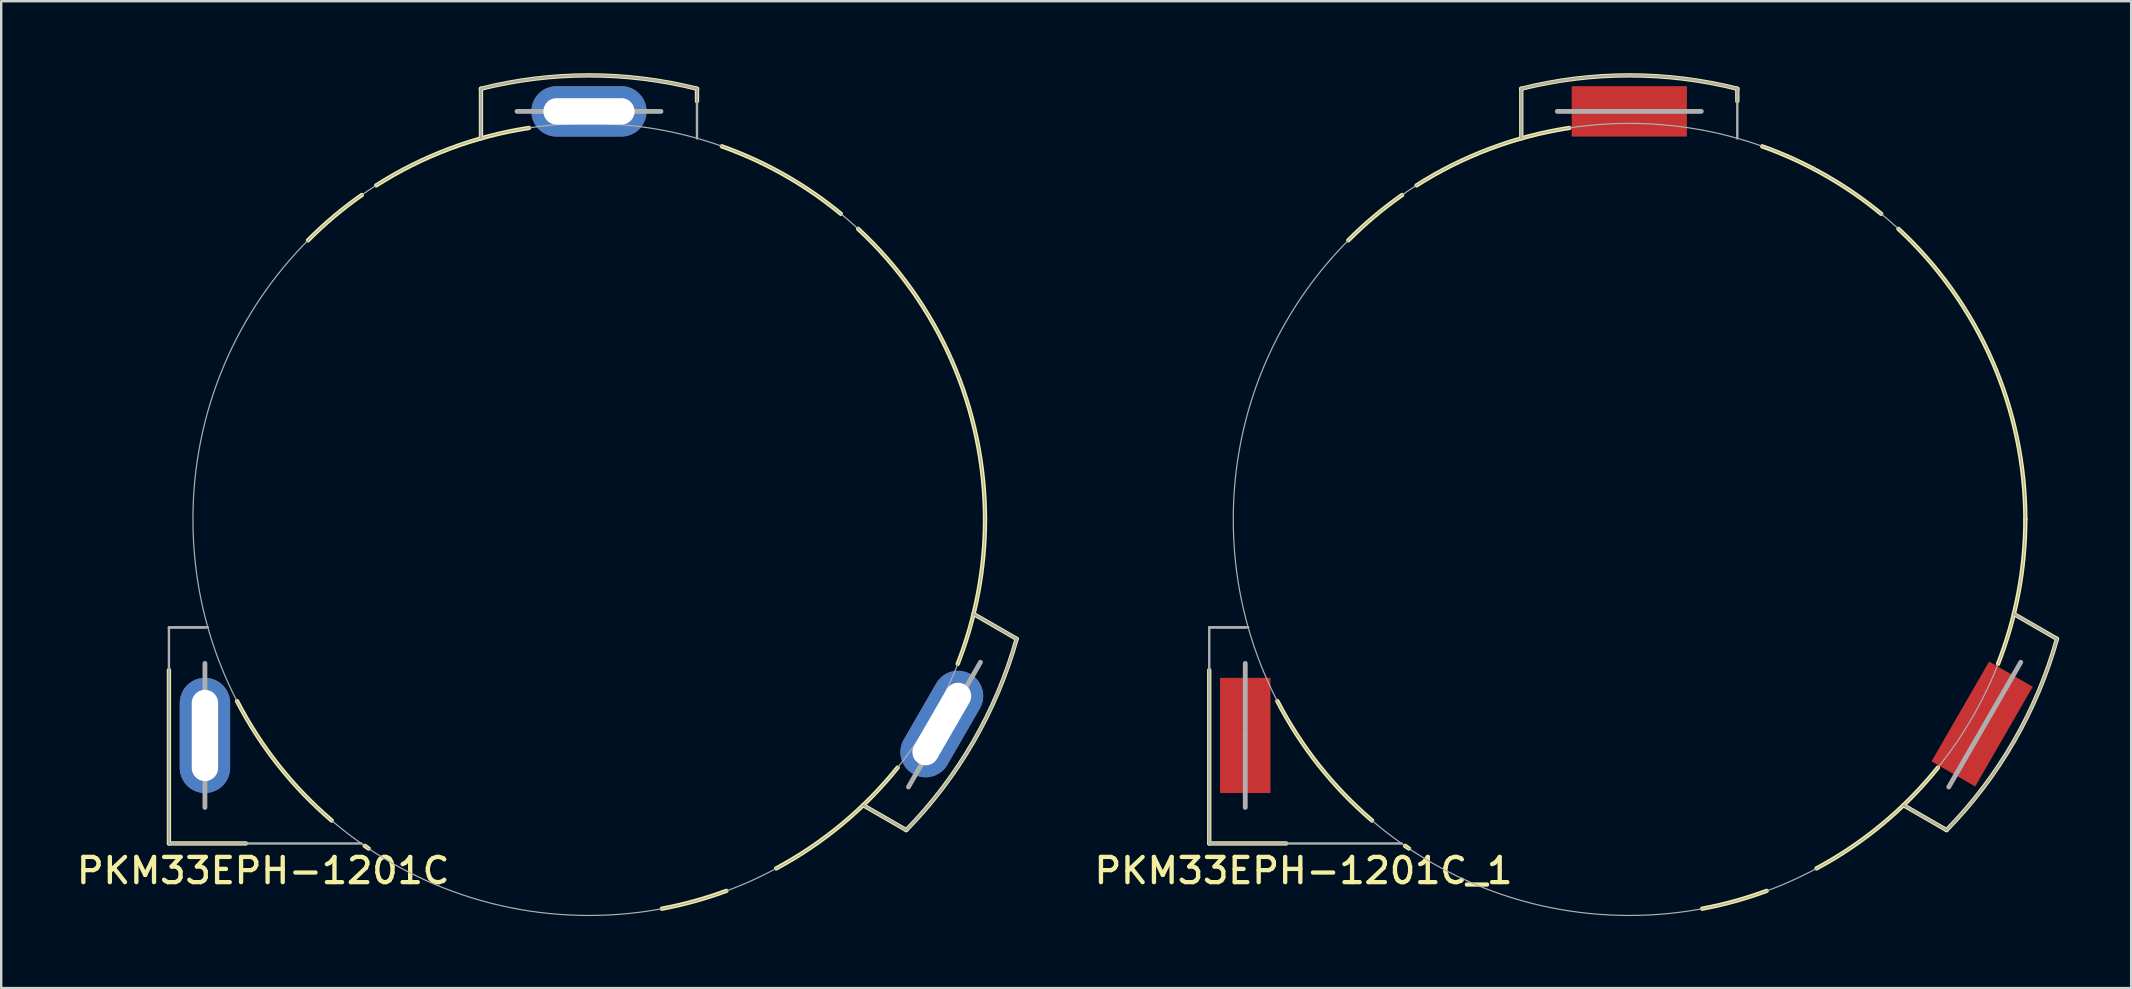
<source format=kicad_pcb>
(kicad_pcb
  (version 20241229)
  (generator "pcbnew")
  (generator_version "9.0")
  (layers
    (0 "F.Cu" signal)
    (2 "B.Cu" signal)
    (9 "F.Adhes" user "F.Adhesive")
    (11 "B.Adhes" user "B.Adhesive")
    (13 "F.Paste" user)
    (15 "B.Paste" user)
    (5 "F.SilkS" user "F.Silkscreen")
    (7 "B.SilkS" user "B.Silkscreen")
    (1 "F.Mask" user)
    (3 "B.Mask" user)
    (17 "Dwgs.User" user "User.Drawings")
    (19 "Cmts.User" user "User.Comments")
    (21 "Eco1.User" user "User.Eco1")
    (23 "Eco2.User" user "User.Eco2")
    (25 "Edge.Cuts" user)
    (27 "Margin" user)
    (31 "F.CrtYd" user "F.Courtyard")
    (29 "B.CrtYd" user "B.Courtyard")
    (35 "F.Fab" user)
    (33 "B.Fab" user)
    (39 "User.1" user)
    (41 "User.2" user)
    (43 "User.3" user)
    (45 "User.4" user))
  (footprint "PKM33EPH-1201C"
    (layer "F.Cu")
    (at 21.488 18.59)
    (property "Reference" "PKM33EPH-1201C" (at -13.574 14.635 0) (unlocked yes) (layer "F.SilkS") (effects (font (size 1.05 1.104) (thickness 0.18))))
    (attr through_hole)
    (fp_line (start -16 10.35) (end -16 7.65) (stroke (width 2.3) (type solid)) (layer "B.Mask"))
    (fp_line (start -1.35 -17) (end 1.35 -17) (stroke (width 2.3) (type solid)) (layer "B.Mask"))
    (fp_line (start 14.025 9.694) (end 15.375 7.356) (stroke (width 2.3) (type solid)) (layer "B.Mask"))
    (fp_line (start -17.5 13.5) (end -17.5 6.278) (stroke (width 0.18) (type solid)) (layer "F.SilkS"))
    (fp_line (start -17.5 13.5) (end -14.289 13.5) (stroke (width 0.18) (type solid)) (layer "F.SilkS"))
    (fp_line (start -4.5 -15.875) (end -4.5 -17.944) (stroke (width 0.18) (type solid)) (layer "F.SilkS"))
    (fp_line (start 4.5 -17.425) (end 4.5 -17.944) (stroke (width 0.18) (type solid)) (layer "F.SilkS"))
    (fp_line (start 11.423 11.907) (end 13.218 12.943) (stroke (width 0.18) (type solid)) (layer "F.SilkS"))
    (fp_line (start 16.023 3.939) (end 17.818 4.976) (stroke (width 0.18) (type solid)) (layer "F.SilkS"))
    (fp_arc (start -11.707917 -11.626465) (mid -10.62804 -12.621204) (end -9.464011 -13.516009) (stroke (width 0.18) (type solid)) (layer "F.SilkS"))
    (fp_arc (start -10.715902 12.546699) (mid -12.930952 10.248939) (end -14.662194 7.567718) (stroke (width 0.18) (type solid)) (layer "F.SilkS"))
    (fp_arc (start -9.178878 13.711244) (mid -9.262463 13.654918) (end -9.345703 13.598082) (stroke (width 0.18) (type solid)) (layer "F.SilkS"))
    (fp_arc (start -8.865444 -13.915959) (mid -5.805388 -15.444983) (end -2.495804 -16.310149) (stroke (width 0.18) (type solid)) (layer "F.SilkS"))
    (fp_arc (start -4.50689 -17.942631) (mid 0 -18.5) (end 4.50689 -17.942631) (stroke (width 0.18) (type solid)) (layer "F.SilkS"))
    (fp_arc (start 5.534951 -15.543948) (mid 8.137518 -14.353773) (end 10.495291 -12.731806) (stroke (width 0.18) (type solid)) (layer "F.SilkS"))
    (fp_arc (start 5.724438 15.475167) (mid 4.395556 15.903744) (end 3.035197 16.218433) (stroke (width 0.18) (type solid)) (layer "F.SilkS"))
    (fp_arc (start 11.210782 -12.106543) (mid 15.119986 -6.605759) (end 16.5 0) (stroke (width 0.18) (type solid)) (layer "F.SilkS"))
    (fp_arc (start 12.859077 10.338953) (mid 10.53967 12.695083) (end 7.797088 14.541497) (stroke (width 0.18) (type solid)) (layer "F.SilkS"))
    (fp_arc (start 16.5 0) (mid 16.213111 3.063499) (end 15.362421 6.020467) (stroke (width 0.18) (type solid)) (layer "F.SilkS"))
    (fp_arc (start 17.81852 4.974978) (mid 16.021464 9.250005) (end 13.21771 12.943815) (stroke (width 0.18) (type solid)) (layer "F.SilkS"))
    (fp_line (start -17.5 4.5) (end -16 4.5) (stroke (width 0.1) (type solid)) (layer "F.Fab"))
    (fp_line (start -17.5 4.5) (end -15.875 4.5) (stroke (width 0.1) (type solid)) (layer "F.Fab"))
    (fp_line (start -17.5 13.5) (end -17.5 4.5) (stroke (width 0.1) (type solid)) (layer "F.Fab"))
    (fp_line (start -17.5 13.5) (end -9.487 13.5) (stroke (width 0.1) (type solid)) (layer "F.Fab"))
    (fp_line (start -16 9) (end -16 6) (stroke (width 0.2) (type solid)) (layer "F.Fab"))
    (fp_line (start -16 12) (end -16 9) (stroke (width 0.2) (type solid)) (layer "F.Fab"))
    (fp_line (start -4.5 -15.875) (end -4.5 -17.944) (stroke (width 0.1) (type solid)) (layer "F.Fab"))
    (fp_line (start -3 -17) (end 0 -17) (stroke (width 0.2) (type solid)) (layer "F.Fab"))
    (fp_line (start 0 -17) (end 3 -17) (stroke (width 0.2) (type solid)) (layer "F.Fab"))
    (fp_line (start 4.5 -15.875) (end 4.5 -17.944) (stroke (width 0.1) (type solid)) (layer "F.Fab"))
    (fp_line (start 11.423 11.907) (end 13.218 12.943) (stroke (width 0.1) (type solid)) (layer "F.Fab"))
    (fp_line (start 13.309 11.148) (end 16.309 5.952) (stroke (width 0.2) (type solid)) (layer "F.Fab"))
    (fp_line (start 16.023 3.939) (end 17.818 4.976) (stroke (width 0.1) (type solid)) (layer "F.Fab"))
    (fp_arc (start -4.50689 -17.942631) (mid 0 -18.5) (end 4.50689 -17.942631) (stroke (width 0.1) (type solid)) (layer "F.Fab"))
    (fp_arc (start 17.81852 4.974978) (mid 16.021464 9.250005) (end 13.21771 12.943815) (stroke (width 0.1) (type solid)) (layer "F.Fab"))
    (fp_circle (center 0 0) (end 16.5 0) (stroke (width 0.05) (type solid)) (fill no) (layer "F.Fab"))
    (pad "1" thru_hole oval (at -16 9) (size 2.1 4.8) (drill oval 1.1 3.8) (layers "*.Cu" "*.Mask"))
    (pad "2" thru_hole oval (at 14.7 8.525 150) (size 2.1 4.8) (drill oval 1.1 3.8) (layers "*.Cu" "*.Mask"))
    (pad "3" thru_hole oval (at 0 -17 90) (size 2.1 4.8) (drill oval 1.1 3.8) (layers "*.Cu" "*.Mask")))
  (footprint "PKM33EPH-1201C_1"
    (layer "F.Cu")
    (at 64.83 18.59)
    (property "Reference" "PKM33EPH-1201C_1" (at -13.574 14.635 0) (unlocked yes) (layer "F.SilkS") (effects (font (size 1.05 1.104) (thickness 0.18))))
    (attr smd)
    (fp_line (start -16 10.35) (end -16 7.65) (stroke (width 2.3) (type solid)) (layer "B.Mask"))
    (fp_line (start -1.35 -17) (end 1.35 -17) (stroke (width 2.3) (type solid)) (layer "B.Mask"))
    (fp_line (start 14.025 9.694) (end 15.375 7.356) (stroke (width 2.3) (type solid)) (layer "B.Mask"))
    (fp_line (start -17.5 13.5) (end -17.5 6.278) (stroke (width 0.18) (type solid)) (layer "F.SilkS"))
    (fp_line (start -17.5 13.5) (end -14.289 13.5) (stroke (width 0.18) (type solid)) (layer "F.SilkS"))
    (fp_line (start -4.5 -15.875) (end -4.5 -17.944) (stroke (width 0.18) (type solid)) (layer "F.SilkS"))
    (fp_line (start 4.5 -17.425) (end 4.5 -17.944) (stroke (width 0.18) (type solid)) (layer "F.SilkS"))
    (fp_line (start 11.423 11.907) (end 13.218 12.943) (stroke (width 0.18) (type solid)) (layer "F.SilkS"))
    (fp_line (start 16.023 3.939) (end 17.818 4.976) (stroke (width 0.18) (type solid)) (layer "F.SilkS"))
    (fp_arc (start -11.707917 -11.626465) (mid -10.62804 -12.621204) (end -9.464011 -13.516009) (stroke (width 0.18) (type solid)) (layer "F.SilkS"))
    (fp_arc (start -10.715902 12.546699) (mid -12.930952 10.248939) (end -14.662194 7.567718) (stroke (width 0.18) (type solid)) (layer "F.SilkS"))
    (fp_arc (start -9.178878 13.711244) (mid -9.262463 13.654918) (end -9.345703 13.598082) (stroke (width 0.18) (type solid)) (layer "F.SilkS"))
    (fp_arc (start -8.865444 -13.915959) (mid -5.805388 -15.444983) (end -2.495804 -16.310149) (stroke (width 0.18) (type solid)) (layer "F.SilkS"))
    (fp_arc (start -4.50689 -17.942631) (mid 0 -18.5) (end 4.50689 -17.942631) (stroke (width 0.18) (type solid)) (layer "F.SilkS"))
    (fp_arc (start 5.534951 -15.543948) (mid 8.137518 -14.353773) (end 10.495291 -12.731806) (stroke (width 0.18) (type solid)) (layer "F.SilkS"))
    (fp_arc (start 5.724438 15.475167) (mid 4.395556 15.903744) (end 3.035197 16.218433) (stroke (width 0.18) (type solid)) (layer "F.SilkS"))
    (fp_arc (start 11.210782 -12.106543) (mid 15.119986 -6.605759) (end 16.5 0) (stroke (width 0.18) (type solid)) (layer "F.SilkS"))
    (fp_arc (start 12.859077 10.338953) (mid 10.53967 12.695083) (end 7.797088 14.541497) (stroke (width 0.18) (type solid)) (layer "F.SilkS"))
    (fp_arc (start 16.5 0) (mid 16.213111 3.063499) (end 15.362421 6.020467) (stroke (width 0.18) (type solid)) (layer "F.SilkS"))
    (fp_arc (start 17.81852 4.974978) (mid 16.021464 9.250005) (end 13.21771 12.943815) (stroke (width 0.18) (type solid)) (layer "F.SilkS"))
    (fp_line (start -17.5 4.5) (end -16 4.5) (stroke (width 0.1) (type solid)) (layer "F.Fab"))
    (fp_line (start -17.5 4.5) (end -15.875 4.5) (stroke (width 0.1) (type solid)) (layer "F.Fab"))
    (fp_line (start -17.5 13.5) (end -17.5 4.5) (stroke (width 0.1) (type solid)) (layer "F.Fab"))
    (fp_line (start -17.5 13.5) (end -9.487 13.5) (stroke (width 0.1) (type solid)) (layer "F.Fab"))
    (fp_line (start -16 9) (end -16 6) (stroke (width 0.2) (type solid)) (layer "F.Fab"))
    (fp_line (start -16 12) (end -16 9) (stroke (width 0.2) (type solid)) (layer "F.Fab"))
    (fp_line (start -4.5 -15.875) (end -4.5 -17.944) (stroke (width 0.1) (type solid)) (layer "F.Fab"))
    (fp_line (start -3 -17) (end 0 -17) (stroke (width 0.2) (type solid)) (layer "F.Fab"))
    (fp_line (start 0 -17) (end 3 -17) (stroke (width 0.2) (type solid)) (layer "F.Fab"))
    (fp_line (start 4.5 -15.875) (end 4.5 -17.944) (stroke (width 0.1) (type solid)) (layer "F.Fab"))
    (fp_line (start 11.423 11.907) (end 13.218 12.943) (stroke (width 0.1) (type solid)) (layer "F.Fab"))
    (fp_line (start 13.309 11.148) (end 16.309 5.952) (stroke (width 0.2) (type solid)) (layer "F.Fab"))
    (fp_line (start 16.023 3.939) (end 17.818 4.976) (stroke (width 0.1) (type solid)) (layer "F.Fab"))
    (fp_arc (start -4.50689 -17.942631) (mid 0 -18.5) (end 4.50689 -17.942631) (stroke (width 0.1) (type solid)) (layer "F.Fab"))
    (fp_arc (start 17.81852 4.974978) (mid 16.021464 9.250005) (end 13.21771 12.943815) (stroke (width 0.1) (type solid)) (layer "F.Fab"))
    (fp_circle (center 0 0) (end 16.5 0) (stroke (width 0.05) (type solid)) (fill no) (layer "F.Fab"))
    (pad "1" smd rect (at -16 9) (size 2.1 4.8) (layers "F.Cu" "F.Mask" "F.Paste"))
    (pad "2" smd rect (at 14.7 8.525 150) (size 2.1 4.8) (layers "F.Cu" "F.Mask" "F.Paste"))
    (pad "3" smd rect (at 0 -17 90) (size 2.1 4.8) (layers "F.Cu" "F.Mask" "F.Paste")))
  (gr_rect
    (start -3 -3)
    (end 85.739 38.115)
    (stroke (width 0.1) (type default))
    (fill no)
    (layer "Edge.Cuts")))
</source>
